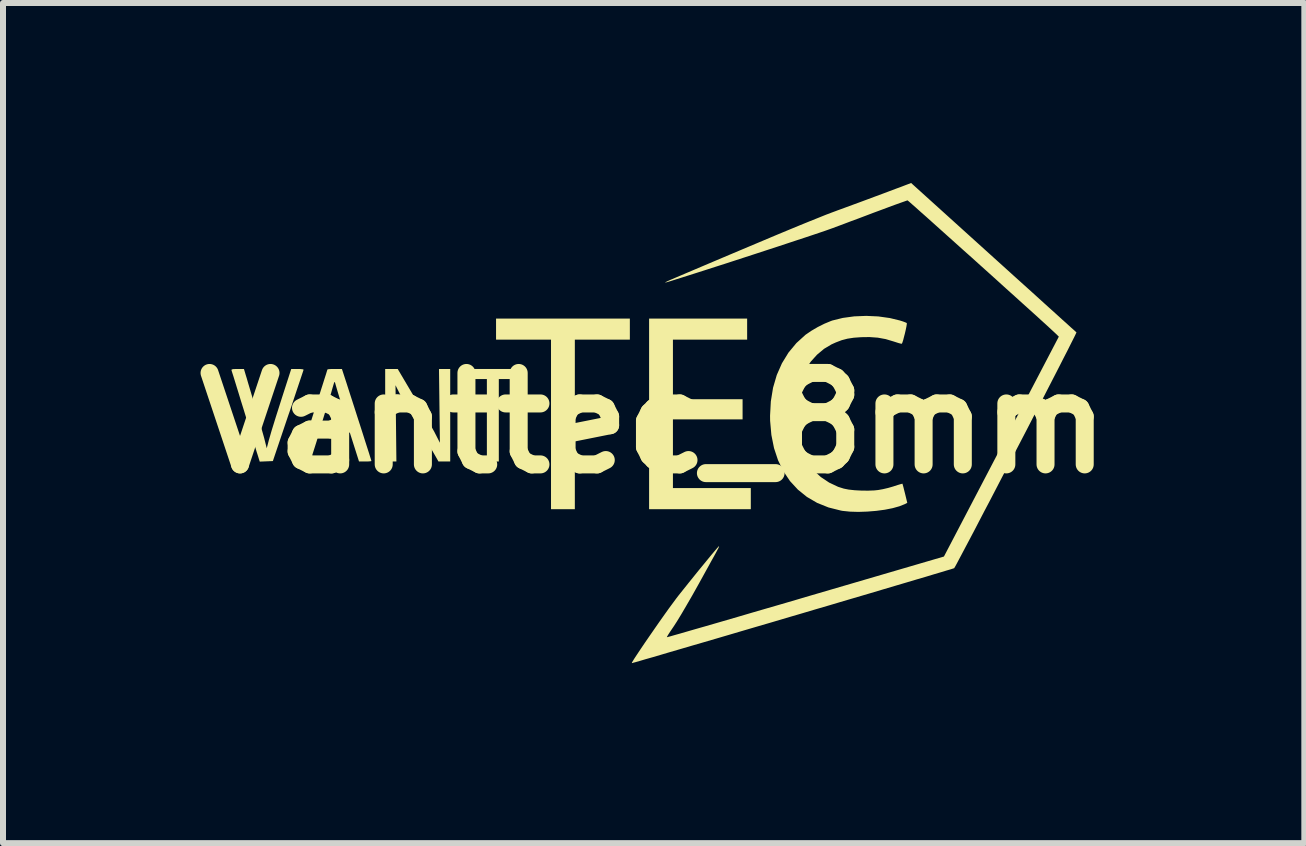
<source format=kicad_pcb>
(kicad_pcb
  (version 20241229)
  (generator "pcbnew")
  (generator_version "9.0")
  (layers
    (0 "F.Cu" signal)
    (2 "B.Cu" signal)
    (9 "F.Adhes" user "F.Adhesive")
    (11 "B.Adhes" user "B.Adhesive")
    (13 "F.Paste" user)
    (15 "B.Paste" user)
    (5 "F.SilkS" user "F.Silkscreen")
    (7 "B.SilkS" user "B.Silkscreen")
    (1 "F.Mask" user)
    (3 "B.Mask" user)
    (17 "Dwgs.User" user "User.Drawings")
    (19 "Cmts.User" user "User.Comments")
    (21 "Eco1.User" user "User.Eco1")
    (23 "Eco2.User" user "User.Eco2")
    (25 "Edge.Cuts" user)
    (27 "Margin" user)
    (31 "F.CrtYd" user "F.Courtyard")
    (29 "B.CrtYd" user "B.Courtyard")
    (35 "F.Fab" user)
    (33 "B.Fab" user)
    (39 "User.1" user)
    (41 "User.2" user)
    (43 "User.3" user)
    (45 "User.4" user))
  (footprint "Vanttec_8mm"
    (layer "F.Cu")
    (at 7.845 4.001)
    (property "Reference" "Vanttec_8mm" (at 0 0 0) (layer "F.SilkS") (effects (font (size 1.524 1.524) (thickness 0.3))))
    (attr board_only exclude_from_pos_files exclude_from_bom)
    (fp_poly (pts (xy -2.138 -0.733) (xy -2.581 -0.733) (xy -2.581 0.641) (xy -2.78 0.641) (xy -2.78 -0.733) (xy -3.223 -0.733) (xy -3.223 -0.901) (xy -2.138 -0.901)) (stroke (width 0) (type solid)) (fill yes) (layer "F.SilkS"))
    (fp_poly (pts (xy -0.397 -1.39) (xy -1.314 -1.39) (xy -1.314 1.436) (xy -1.711 1.436) (xy -1.711 -1.39) (xy -2.627 -1.39) (xy -2.627 -1.741) (xy -0.397 -1.741)) (stroke (width 0) (type solid)) (fill yes) (layer "F.SilkS"))
    (fp_poly (pts (xy 1.558 -1.39) (xy 0.321 -1.39) (xy 0.321 -0.397) (xy 1.482 -0.397) (xy 1.482 -0.061) (xy 0.321 -0.061) (xy 0.321 1.084) (xy 1.619 1.084) (xy 1.619 1.436) (xy -0.076 1.436) (xy -0.076 -1.741) (xy 1.558 -1.741)) (stroke (width 0) (type solid)) (fill yes) (layer "F.SilkS"))
    (fp_poly (pts (xy -3.993 -0.439) (xy -3.924 -0.324) (xy -3.858 -0.209) (xy -3.795 -0.101) (xy -3.739 -0.002) (xy -3.692 0.082) (xy -3.656 0.146) (xy -3.641 0.176) (xy -3.563 0.329) (xy -3.578 -0.901) (xy -3.391 -0.901) (xy -3.391 0.641) (xy -3.587 0.641) (xy -3.623 0.577) (xy -3.64 0.547) (xy -3.67 0.495) (xy -3.711 0.425) (xy -3.761 0.34) (xy -3.817 0.244) (xy -3.878 0.14) (xy -3.901 0.1) (xy -3.965 -0.01) (xy -4.029 -0.121) (xy -4.089 -0.226) (xy -4.142 -0.321) (xy -4.186 -0.401) (xy -4.217 -0.461) (xy -4.222 -0.47) (xy -4.303 -0.63) (xy -4.295 0.006) (xy -4.288 0.641) (xy -4.475 0.641) (xy -4.475 -0.901) (xy -4.266 -0.901)) (stroke (width 0) (type solid)) (fill yes) (layer "F.SilkS"))
    (fp_poly (pts (xy -6.796 -0.79) (xy -6.782 -0.745) (xy -6.762 -0.675) (xy -6.736 -0.588) (xy -6.706 -0.487) (xy -6.674 -0.379) (xy -6.65 -0.299) (xy -6.616 -0.185) (xy -6.582 -0.07) (xy -6.551 0.039) (xy -6.524 0.136) (xy -6.502 0.214) (xy -6.492 0.25) (xy -6.449 0.42) (xy -6.431 0.351) (xy -6.414 0.285) (xy -6.392 0.21) (xy -6.367 0.123) (xy -6.335 0.02) (xy -6.297 -0.103) (xy -6.251 -0.247) (xy -6.197 -0.417) (xy -6.19 -0.439) (xy -6.041 -0.901) (xy -5.938 -0.901) (xy -5.886 -0.9) (xy -5.85 -0.896) (xy -5.835 -0.89) (xy -5.835 -0.89) (xy -5.84 -0.873) (xy -5.854 -0.831) (xy -5.876 -0.765) (xy -5.905 -0.678) (xy -5.94 -0.574) (xy -5.98 -0.454) (xy -6.024 -0.321) (xy -6.072 -0.179) (xy -6.092 -0.122) (xy -6.347 0.634) (xy -6.566 0.643) (xy -6.603 0.524) (xy -6.616 0.484) (xy -6.636 0.418) (xy -6.663 0.331) (xy -6.696 0.225) (xy -6.732 0.106) (xy -6.772 -0.024) (xy -6.814 -0.16) (xy -6.835 -0.229) (xy -6.877 -0.363) (xy -6.915 -0.488) (xy -6.95 -0.601) (xy -6.98 -0.699) (xy -7.005 -0.78) (xy -7.024 -0.839) (xy -7.035 -0.874) (xy -7.037 -0.882) (xy -7.033 -0.893) (xy -7.006 -0.899) (xy -6.955 -0.901) (xy -6.936 -0.901) (xy -6.829 -0.901)) (stroke (width 0) (type solid)) (fill yes) (layer "F.SilkS"))
    (fp_poly (pts (xy -5.165 -0.806) (xy -5.121 -0.671) (xy -5.076 -0.53) (xy -5.029 -0.385) (xy -4.982 -0.239) (xy -4.936 -0.095) (xy -4.891 0.044) (xy -4.849 0.175) (xy -4.811 0.295) (xy -4.777 0.401) (xy -4.748 0.491) (xy -4.726 0.562) (xy -4.711 0.609) (xy -4.705 0.632) (xy -4.704 0.633) (xy -4.718 0.637) (xy -4.755 0.64) (xy -4.806 0.641) (xy -4.911 0.641) (xy -5.064 0.16) (xy -5.571 0.152) (xy -5.619 0.309) (xy -5.643 0.385) (xy -5.667 0.46) (xy -5.687 0.523) (xy -5.695 0.55) (xy -5.722 0.634) (xy -5.826 0.638) (xy -5.883 0.64) (xy -5.913 0.636) (xy -5.923 0.628) (xy -5.922 0.623) (xy -5.915 0.603) (xy -5.901 0.557) (xy -5.879 0.489) (xy -5.851 0.404) (xy -5.818 0.302) (xy -5.782 0.189) (xy -5.743 0.068) (xy -5.719 -0.006) (xy -5.529 -0.006) (xy -5.515 -0.004) (xy -5.475 -0.002) (xy -5.416 -0.001) (xy -5.343 -0.000046) (xy -5.317 0) (xy -5.106 0) (xy -5.202 -0.309) (xy -5.231 -0.404) (xy -5.258 -0.492) (xy -5.28 -0.567) (xy -5.297 -0.625) (xy -5.307 -0.66) (xy -5.308 -0.664) (xy -5.314 -0.683) (xy -5.32 -0.684) (xy -5.329 -0.664) (xy -5.342 -0.621) (xy -5.356 -0.573) (xy -5.375 -0.505) (xy -5.4 -0.419) (xy -5.429 -0.325) (xy -5.458 -0.233) (xy -5.461 -0.224) (xy -5.485 -0.149) (xy -5.505 -0.084) (xy -5.52 -0.036) (xy -5.528 -0.01) (xy -5.529 -0.006) (xy -5.719 -0.006) (xy -5.702 -0.059) (xy -5.661 -0.188) (xy -5.62 -0.315) (xy -5.581 -0.438) (xy -5.545 -0.553) (xy -5.512 -0.656) (xy -5.484 -0.745) (xy -5.461 -0.816) (xy -5.446 -0.866) (xy -5.438 -0.891) (xy -5.437 -0.893) (xy -5.423 -0.897) (xy -5.386 -0.9) (xy -5.333 -0.901) (xy -5.316 -0.901) (xy -5.196 -0.901)) (stroke (width 0) (type solid)) (fill yes) (layer "F.SilkS"))
    (fp_poly (pts (xy 3.743 -1.777) (xy 3.936 -1.75) (xy 4.101 -1.71) (xy 4.155 -1.693) (xy 4.197 -1.677) (xy 4.218 -1.667) (xy 4.219 -1.667) (xy 4.219 -1.65) (xy 4.213 -1.61) (xy 4.202 -1.556) (xy 4.188 -1.495) (xy 4.172 -1.434) (xy 4.158 -1.379) (xy 4.145 -1.34) (xy 4.137 -1.322) (xy 4.121 -1.323) (xy 4.082 -1.333) (xy 4.029 -1.35) (xy 4.001 -1.359) (xy 3.867 -1.399) (xy 3.736 -1.423) (xy 3.598 -1.433) (xy 3.459 -1.431) (xy 3.335 -1.422) (xy 3.23 -1.406) (xy 3.134 -1.381) (xy 3.035 -1.343) (xy 2.964 -1.311) (xy 2.84 -1.237) (xy 2.723 -1.139) (xy 2.619 -1.024) (xy 2.536 -0.899) (xy 2.524 -0.877) (xy 2.45 -0.705) (xy 2.397 -0.519) (xy 2.366 -0.325) (xy 2.356 -0.128) (xy 2.367 0.068) (xy 2.399 0.257) (xy 2.453 0.436) (xy 2.527 0.599) (xy 2.567 0.666) (xy 2.665 0.789) (xy 2.786 0.9) (xy 2.924 0.992) (xy 3.074 1.063) (xy 3.169 1.093) (xy 3.249 1.109) (xy 3.35 1.12) (xy 3.462 1.126) (xy 3.575 1.127) (xy 3.68 1.123) (xy 3.744 1.116) (xy 3.822 1.102) (xy 3.911 1.081) (xy 3.994 1.057) (xy 4.008 1.052) (xy 4.067 1.033) (xy 4.114 1.019) (xy 4.142 1.012) (xy 4.147 1.011) (xy 4.151 1.027) (xy 4.162 1.066) (xy 4.176 1.122) (xy 4.189 1.173) (xy 4.227 1.33) (xy 4.187 1.351) (xy 4.097 1.387) (xy 3.983 1.419) (xy 3.851 1.445) (xy 3.708 1.464) (xy 3.56 1.476) (xy 3.413 1.481) (xy 3.274 1.477) (xy 3.148 1.464) (xy 3.121 1.459) (xy 2.914 1.407) (xy 2.725 1.331) (xy 2.555 1.232) (xy 2.404 1.11) (xy 2.272 0.967) (xy 2.162 0.803) (xy 2.073 0.62) (xy 2.006 0.418) (xy 1.962 0.199) (xy 1.941 -0.037) (xy 1.94 -0.122) (xy 1.953 -0.362) (xy 1.99 -0.589) (xy 2.052 -0.801) (xy 2.138 -0.996) (xy 2.247 -1.174) (xy 2.379 -1.333) (xy 2.532 -1.472) (xy 2.538 -1.476) (xy 2.629 -1.538) (xy 2.735 -1.6) (xy 2.847 -1.656) (xy 2.951 -1.699) (xy 2.978 -1.709) (xy 3.152 -1.752) (xy 3.343 -1.778) (xy 3.543 -1.786)) (stroke (width 0) (type solid)) (fill yes) (layer "F.SilkS"))
    (fp_poly (pts (xy 5.662 -2.762) (xy 5.837 -2.604) (xy 6.005 -2.452) (xy 6.166 -2.307) (xy 6.318 -2.17) (xy 6.459 -2.042) (xy 6.588 -1.925) (xy 6.705 -1.82) (xy 6.806 -1.728) (xy 6.892 -1.651) (xy 6.96 -1.589) (xy 7.01 -1.545) (xy 7.039 -1.518) (xy 7.047 -1.511) (xy 7.041 -1.497) (xy 7.022 -1.457) (xy 6.991 -1.395) (xy 6.948 -1.31) (xy 6.896 -1.206) (xy 6.833 -1.084) (xy 6.763 -0.946) (xy 6.685 -0.794) (xy 6.6 -0.629) (xy 6.51 -0.454) (xy 6.415 -0.27) (xy 6.317 -0.08) (xy 6.216 0.116) (xy 6.113 0.314) (xy 6.009 0.514) (xy 5.906 0.713) (xy 5.803 0.91) (xy 5.703 1.103) (xy 5.606 1.29) (xy 5.512 1.468) (xy 5.424 1.637) (xy 5.342 1.795) (xy 5.266 1.939) (xy 5.198 2.067) (xy 5.139 2.179) (xy 5.09 2.271) (xy 5.052 2.343) (xy 5.025 2.392) (xy 5.01 2.417) (xy 5.009 2.419) (xy 4.994 2.424) (xy 4.951 2.438) (xy 4.882 2.458) (xy 4.79 2.486) (xy 4.675 2.52) (xy 4.54 2.561) (xy 4.386 2.606) (xy 4.215 2.657) (xy 4.029 2.712) (xy 3.83 2.771) (xy 3.619 2.834) (xy 3.398 2.899) (xy 3.17 2.966) (xy 2.935 3.036) (xy 2.695 3.106) (xy 2.453 3.178) (xy 2.21 3.249) (xy 1.968 3.321) (xy 1.728 3.391) (xy 1.493 3.46) (xy 1.263 3.528) (xy 1.042 3.593) (xy 0.83 3.655) (xy 0.63 3.713) (xy 0.443 3.768) (xy 0.271 3.818) (xy 0.116 3.864) (xy -0.02 3.904) (xy -0.137 3.937) (xy -0.231 3.965) (xy -0.301 3.985) (xy -0.346 3.997) (xy -0.363 4.002) (xy -0.363 4.002) (xy -0.362 3.991) (xy -0.357 3.983) (xy -0.323 3.927) (xy -0.273 3.851) (xy -0.211 3.758) (xy -0.14 3.653) (xy -0.062 3.54) (xy 0.019 3.423) (xy 0.101 3.305) (xy 0.181 3.192) (xy 0.256 3.087) (xy 0.324 2.995) (xy 0.38 2.919) (xy 0.417 2.871) (xy 0.497 2.771) (xy 0.58 2.667) (xy 0.664 2.563) (xy 0.746 2.461) (xy 0.825 2.365) (xy 0.898 2.276) (xy 0.962 2.198) (xy 1.016 2.134) (xy 1.056 2.087) (xy 1.082 2.058) (xy 1.089 2.052) (xy 1.09 2.058) (xy 1.079 2.085) (xy 1.058 2.124) (xy 1.036 2.165) (xy 1.002 2.227) (xy 0.96 2.302) (xy 0.914 2.386) (xy 0.878 2.451) (xy 0.754 2.676) (xy 0.643 2.874) (xy 0.544 3.045) (xy 0.459 3.19) (xy 0.387 3.308) (xy 0.328 3.399) (xy 0.319 3.412) (xy 0.279 3.471) (xy 0.247 3.52) (xy 0.226 3.555) (xy 0.22 3.57) (xy 0.22 3.57) (xy 0.235 3.566) (xy 0.278 3.555) (xy 0.347 3.535) (xy 0.44 3.509) (xy 0.557 3.475) (xy 0.695 3.435) (xy 0.853 3.39) (xy 1.029 3.339) (xy 1.222 3.283) (xy 1.431 3.222) (xy 1.652 3.157) (xy 1.886 3.089) (xy 2.131 3.018) (xy 2.384 2.944) (xy 2.532 2.9) (xy 4.838 2.225) (xy 5.796 0.392) (xy 6.753 -1.44) (xy 6.703 -1.489) (xy 6.672 -1.518) (xy 6.622 -1.564) (xy 6.555 -1.626) (xy 6.472 -1.701) (xy 6.375 -1.79) (xy 6.265 -1.889) (xy 6.145 -1.997) (xy 6.017 -2.113) (xy 5.881 -2.235) (xy 5.741 -2.362) (xy 5.597 -2.492) (xy 5.452 -2.622) (xy 5.307 -2.753) (xy 5.163 -2.881) (xy 5.024 -3.006) (xy 4.89 -3.126) (xy 4.764 -3.239) (xy 4.647 -3.344) (xy 4.541 -3.439) (xy 4.447 -3.522) (xy 4.368 -3.593) (xy 4.305 -3.648) (xy 4.261 -3.687) (xy 4.236 -3.708) (xy 4.231 -3.711) (xy 4.214 -3.706) (xy 4.172 -3.691) (xy 4.107 -3.668) (xy 4.023 -3.638) (xy 3.923 -3.601) (xy 3.811 -3.559) (xy 3.689 -3.514) (xy 3.662 -3.504) (xy 3.533 -3.455) (xy 3.409 -3.408) (xy 3.292 -3.365) (xy 3.187 -3.325) (xy 3.099 -3.292) (xy 3.031 -3.267) (xy 2.988 -3.25) (xy 2.986 -3.25) (xy 2.936 -3.232) (xy 2.863 -3.206) (xy 2.769 -3.174) (xy 2.656 -3.136) (xy 2.527 -3.093) (xy 2.384 -3.046) (xy 2.23 -2.995) (xy 2.067 -2.941) (xy 1.898 -2.886) (xy 1.724 -2.829) (xy 1.549 -2.772) (xy 1.374 -2.715) (xy 1.202 -2.659) (xy 1.036 -2.606) (xy 0.878 -2.555) (xy 0.731 -2.508) (xy 0.596 -2.465) (xy 0.476 -2.427) (xy 0.374 -2.395) (xy 0.292 -2.369) (xy 0.233 -2.351) (xy 0.198 -2.342) (xy 0.19 -2.34) (xy 0.2 -2.349) (xy 0.232 -2.365) (xy 0.28 -2.387) (xy 0.294 -2.393) (xy 0.654 -2.546) (xy 0.986 -2.687) (xy 1.291 -2.816) (xy 1.571 -2.934) (xy 1.825 -3.041) (xy 2.055 -3.138) (xy 2.262 -3.224) (xy 2.446 -3.3) (xy 2.608 -3.366) (xy 2.748 -3.422) (xy 2.867 -3.47) (xy 2.967 -3.508) (xy 3.048 -3.538) (xy 3.055 -3.541) (xy 3.124 -3.566) (xy 3.214 -3.599) (xy 3.32 -3.638) (xy 3.437 -3.681) (xy 3.561 -3.727) (xy 3.687 -3.774) (xy 3.811 -3.82) (xy 3.928 -3.864) (xy 4.034 -3.904) (xy 4.124 -3.937) (xy 4.194 -3.964) (xy 4.234 -3.979) (xy 4.291 -4.001)) (stroke (width 0) (type solid)) (fill yes) (layer "F.SilkS")))
  (gr_rect
    (start -3 -3)
    (end 18.69 11.003)
    (stroke (width 0.1) (type default))
    (fill no)
    (layer "Edge.Cuts")))
</source>
